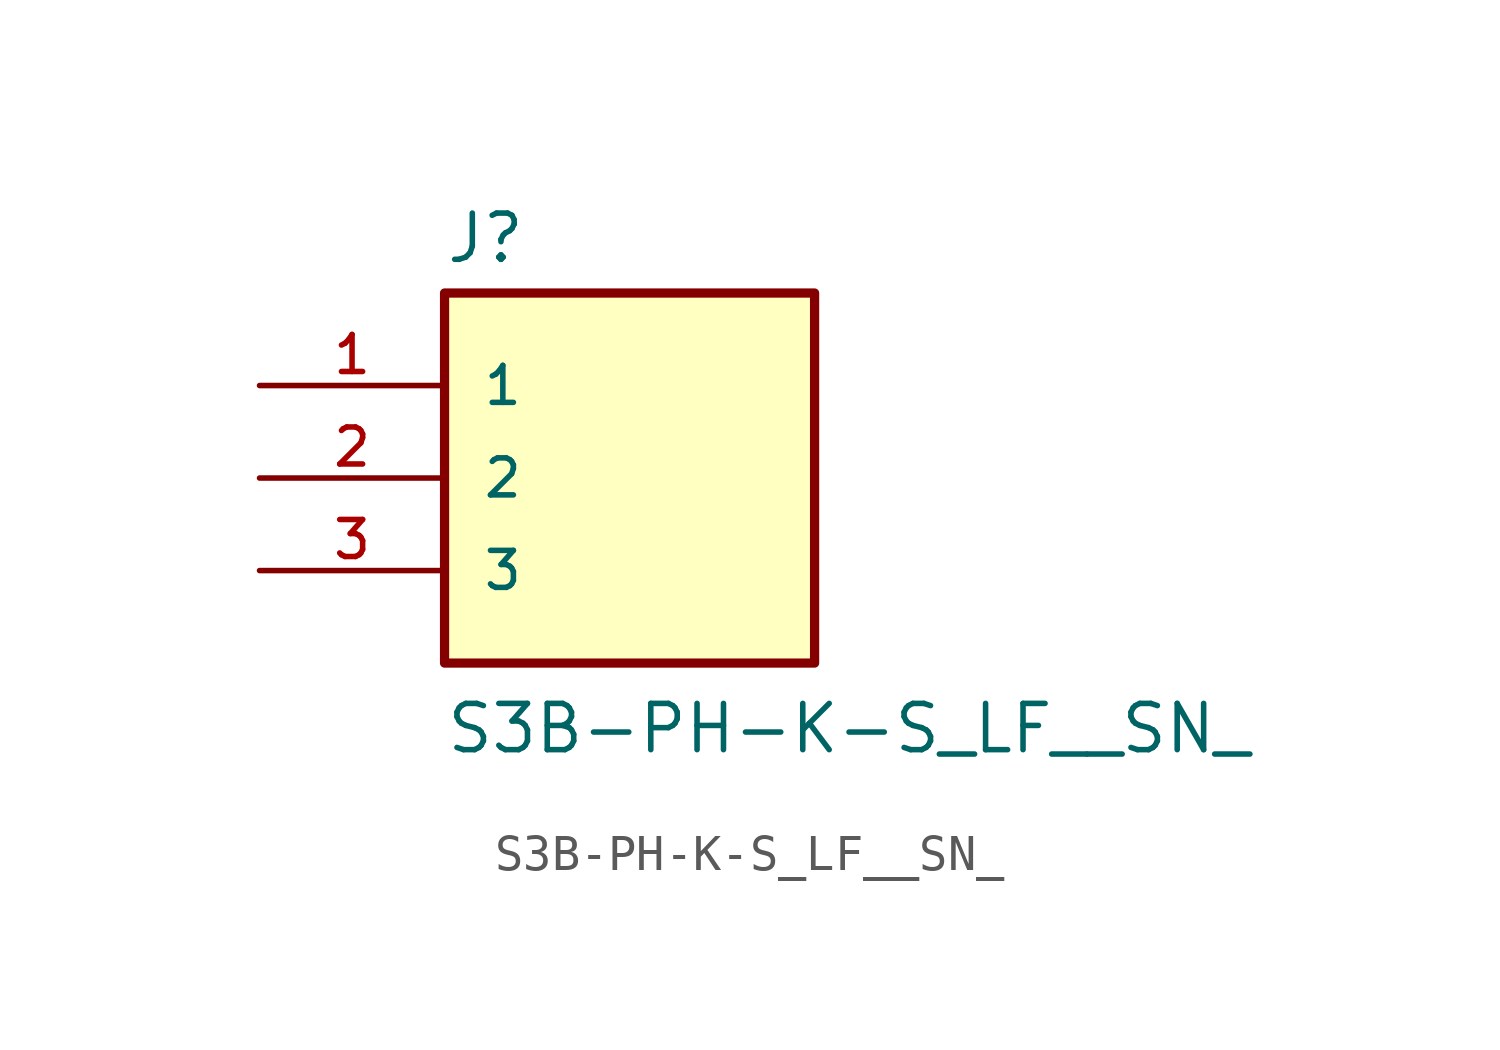
<source format=kicad_sym>
(kicad_symbol_lib
  (version 20211014)
  (generator kicad_symbol_editor)
  (symbol "S3B-PH-K-S_LF__SN_"
    (pin_names
      (offset 1.016))
    (property "Reference" "J"
      (at -5.083 5.842 0)
      (effects (font (size 1.27 1.27)) (justify bottom left)))
    (property "Value" "S3B-PH-K-S_LF__SN_"
      (at -5.081 -7.621 0)
      (effects (font (size 1.27 1.27)) (justify bottom left)))
    (symbol "S3B-PH-K-S_LF__SN__0_0"
      (rectangle (start -5.08 -5.08) (end 5.08 5.08) (stroke (width 0.254)) (fill (type background)))
      (pin passive line (at -10.16 2.54 0) (length 5.08) (name "1" (effects (font (size 1.016 1.016)))) (number "1" (effects (font (size 1.016 1.016)))))
      (pin passive line (at -10.16 0.0 0) (length 5.08) (name "2" (effects (font (size 1.016 1.016)))) (number "2" (effects (font (size 1.016 1.016)))))
      (pin passive line (at -10.16 -2.54 0) (length 5.08) (name "3" (effects (font (size 1.016 1.016)))) (number "3" (effects (font (size 1.016 1.016))))))))
</source>
